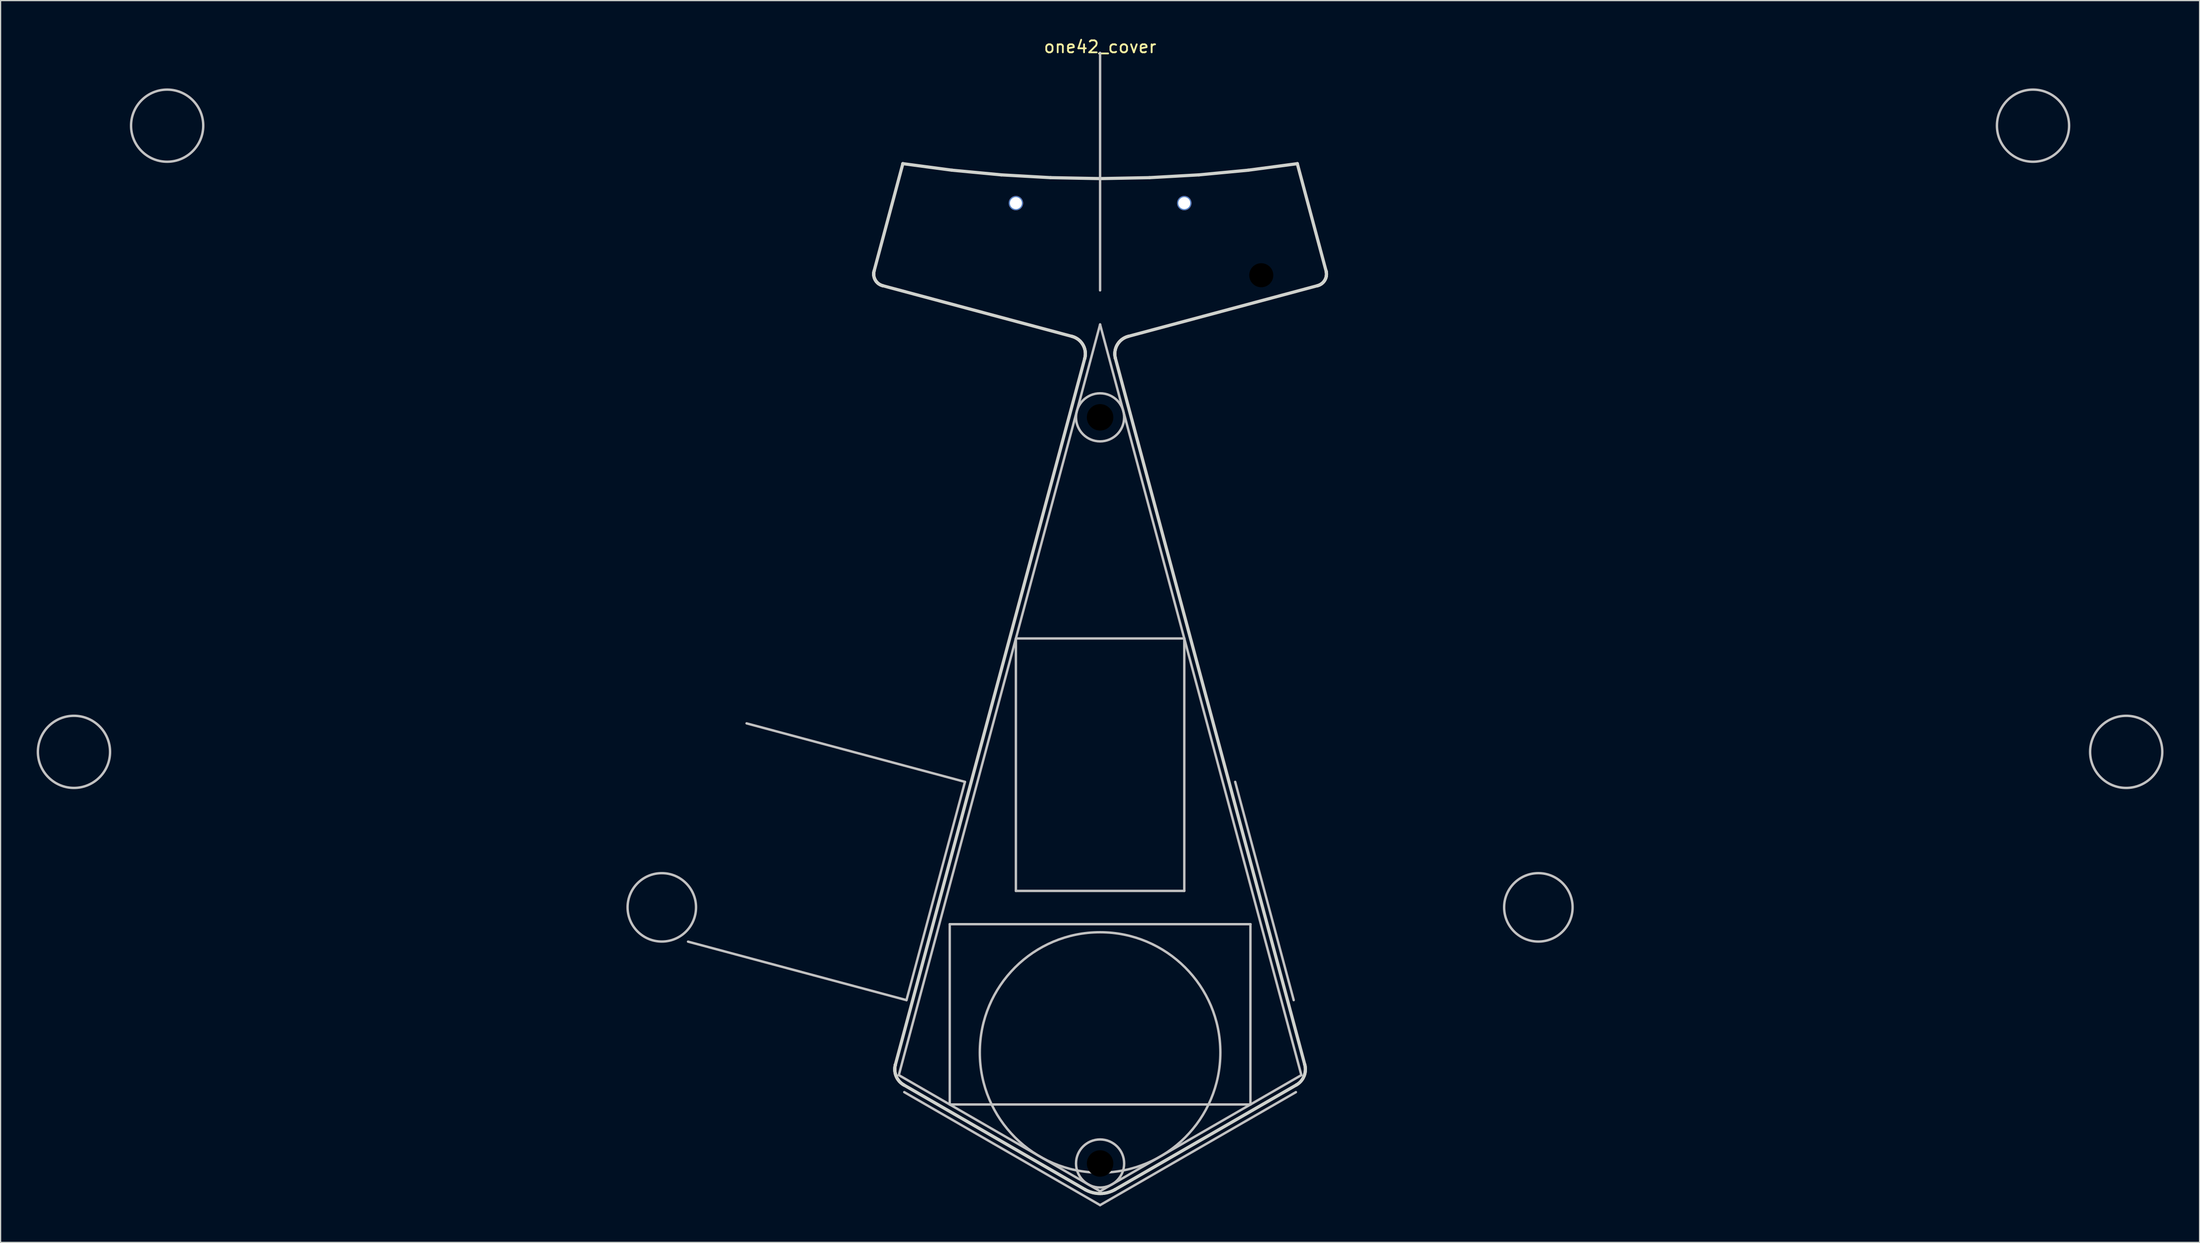
<source format=kicad_pcb>
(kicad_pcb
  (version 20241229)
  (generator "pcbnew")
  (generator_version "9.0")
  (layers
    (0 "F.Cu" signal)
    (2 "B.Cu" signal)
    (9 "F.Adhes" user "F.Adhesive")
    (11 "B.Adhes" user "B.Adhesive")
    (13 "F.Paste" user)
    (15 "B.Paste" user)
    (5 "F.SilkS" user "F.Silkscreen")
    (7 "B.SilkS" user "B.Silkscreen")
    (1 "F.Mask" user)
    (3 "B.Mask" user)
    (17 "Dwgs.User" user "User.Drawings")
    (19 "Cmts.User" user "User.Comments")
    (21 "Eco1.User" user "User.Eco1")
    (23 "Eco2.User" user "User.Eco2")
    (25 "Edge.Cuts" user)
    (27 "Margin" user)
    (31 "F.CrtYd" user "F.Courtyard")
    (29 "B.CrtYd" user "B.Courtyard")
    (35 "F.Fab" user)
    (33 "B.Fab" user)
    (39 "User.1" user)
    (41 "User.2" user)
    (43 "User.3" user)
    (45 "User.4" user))
  (footprint "one42_cover"
    (layer "F.Cu")
    (at 88.41 1.348)
    (property "Reference" "one42_cover" (at 0 -0.5 0) (unlocked yes) (layer "F.SilkS") (effects (font (size 1 1) (thickness 0.15))))
    (fp_line (start -34.257 73.941) (end -16.097 78.807) (stroke (width 0.2) (type solid)) (layer "Dwgs.User"))
    (fp_line (start -29.391 55.782) (end -11.232 60.648) (stroke (width 0.2) (type solid)) (layer "Dwgs.User"))
    (fp_line (start -16.734 85.045) (end 0 94.706) (stroke (width 0.2) (type solid)) (layer "Dwgs.User"))
    (fp_line (start -16.281 86.461) (end 0 95.861) (stroke (width 0.2) (type solid)) (layer "Dwgs.User"))
    (fp_line (start -16.097 78.807) (end -11.232 60.648) (stroke (width 0.2) (type solid)) (layer "Dwgs.User"))
    (fp_line (start -12.5 72.489) (end -12.5 87.489) (stroke (width 0.2) (type solid)) (layer "Dwgs.User"))
    (fp_line (start -12.5 87.489) (end 12.5 87.489) (stroke (width 0.2) (type solid)) (layer "Dwgs.User"))
    (fp_line (start -7 48.719) (end 7 48.719) (stroke (width 0.2) (type solid)) (layer "Dwgs.User"))
    (fp_line (start -7 69.719) (end -7 48.719) (stroke (width 0.2) (type solid)) (layer "Dwgs.User"))
    (fp_line (start 0 0) (end 0 19.759) (stroke (width 0.2) (type solid)) (layer "Dwgs.User"))
    (fp_line (start 0 22.595) (end -16.734 85.045) (stroke (width 0.2) (type solid)) (layer "Dwgs.User"))
    (fp_line (start 0 22.595) (end 16.734 85.045) (stroke (width 0.2) (type solid)) (layer "Dwgs.User"))
    (fp_line (start 7 48.719) (end 7 69.719) (stroke (width 0.2) (type solid)) (layer "Dwgs.User"))
    (fp_line (start 7 69.719) (end -7 69.719) (stroke (width 0.2) (type solid)) (layer "Dwgs.User"))
    (fp_line (start 12.5 72.489) (end -12.5 72.489) (stroke (width 0.2) (type solid)) (layer "Dwgs.User"))
    (fp_line (start 12.5 87.489) (end 12.5 72.489) (stroke (width 0.2) (type solid)) (layer "Dwgs.User"))
    (fp_line (start 16.097 78.807) (end 11.232 60.648) (stroke (width 0.2) (type solid)) (layer "Dwgs.User"))
    (fp_line (start 16.281 86.461) (end 0 95.861) (stroke (width 0.2) (type solid)) (layer "Dwgs.User"))
    (fp_line (start 16.734 85.045) (end 0 94.706) (stroke (width 0.2) (type solid)) (layer "Dwgs.User"))
    (fp_circle (center -85.31 58.152) (end -82.31 58.152) (stroke (width 0.2) (type solid)) (fill no) (layer "Dwgs.User"))
    (fp_circle (center -77.563 6.057) (end -74.563 6.057) (stroke (width 0.2) (type solid)) (fill no) (layer "Dwgs.User"))
    (fp_circle (center -36.438 71.088) (end -33.593 71.088) (stroke (width 0.2) (type solid)) (fill no) (layer "Dwgs.User"))
    (fp_circle (center 0 30.322) (end 2 30.322) (stroke (width 0.2) (type solid)) (fill no) (layer "Dwgs.User"))
    (fp_circle (center 0 83.159) (end 10 83.159) (stroke (width 0.2) (type solid)) (fill no) (layer "Dwgs.User"))
    (fp_circle (center 0 92.397) (end 2 92.397) (stroke (width 0.2) (type solid)) (fill no) (layer "Dwgs.User"))
    (fp_circle (center 36.438 71.088) (end 39.284 71.088) (stroke (width 0.2) (type solid)) (fill no) (layer "Dwgs.User"))
    (fp_circle (center 77.563 6.057) (end 80.563 6.057) (stroke (width 0.2) (type solid)) (fill no) (layer "Dwgs.User"))
    (fp_circle (center 85.31 58.152) (end 88.31 58.152) (stroke (width 0.2) (type solid)) (fill no) (layer "Dwgs.User"))
    (fp_line (start -18.822 18.393) (end -18.821 18.344) (stroke (width 0.265) (type solid)) (layer "Edge.Cuts"))
    (fp_line (start -18.822 18.443) (end -18.822 18.393) (stroke (width 0.265) (type solid)) (layer "Edge.Cuts"))
    (fp_line (start -18.821 18.344) (end -18.816 18.294) (stroke (width 0.265) (type solid)) (layer "Edge.Cuts"))
    (fp_line (start -18.819 18.492) (end -18.822 18.443) (stroke (width 0.265) (type solid)) (layer "Edge.Cuts"))
    (fp_line (start -18.816 18.294) (end -18.81 18.244) (stroke (width 0.265) (type solid)) (layer "Edge.Cuts"))
    (fp_line (start -18.813 18.54) (end -18.819 18.492) (stroke (width 0.265) (type solid)) (layer "Edge.Cuts"))
    (fp_line (start -18.81 18.244) (end -18.8 18.194) (stroke (width 0.265) (type solid)) (layer "Edge.Cuts"))
    (fp_line (start -18.805 18.588) (end -18.813 18.54) (stroke (width 0.265) (type solid)) (layer "Edge.Cuts"))
    (fp_line (start -18.8 18.194) (end -18.788 18.144) (stroke (width 0.265) (type solid)) (layer "Edge.Cuts"))
    (fp_line (start -18.795 18.635) (end -18.805 18.588) (stroke (width 0.265) (type solid)) (layer "Edge.Cuts"))
    (fp_line (start -18.788 18.144) (end -18.788 18.144) (stroke (width 0.265) (type solid)) (layer "Edge.Cuts"))
    (fp_line (start -18.788 18.144) (end -16.397 9.218) (stroke (width 0.265) (type solid)) (layer "Edge.Cuts"))
    (fp_line (start -18.783 18.682) (end -18.795 18.635) (stroke (width 0.265) (type solid)) (layer "Edge.Cuts"))
    (fp_line (start -18.768 18.728) (end -18.783 18.682) (stroke (width 0.265) (type solid)) (layer "Edge.Cuts"))
    (fp_line (start -18.751 18.773) (end -18.768 18.728) (stroke (width 0.265) (type solid)) (layer "Edge.Cuts"))
    (fp_line (start -18.732 18.817) (end -18.751 18.773) (stroke (width 0.265) (type solid)) (layer "Edge.Cuts"))
    (fp_line (start -18.711 18.86) (end -18.732 18.817) (stroke (width 0.265) (type solid)) (layer "Edge.Cuts"))
    (fp_line (start -18.688 18.903) (end -18.711 18.86) (stroke (width 0.265) (type solid)) (layer "Edge.Cuts"))
    (fp_line (start -18.663 18.944) (end -18.688 18.903) (stroke (width 0.265) (type solid)) (layer "Edge.Cuts"))
    (fp_line (start -18.636 18.983) (end -18.663 18.944) (stroke (width 0.265) (type solid)) (layer "Edge.Cuts"))
    (fp_line (start -18.608 19.022) (end -18.636 18.983) (stroke (width 0.265) (type solid)) (layer "Edge.Cuts"))
    (fp_line (start -18.577 19.059) (end -18.608 19.022) (stroke (width 0.265) (type solid)) (layer "Edge.Cuts"))
    (fp_line (start -18.544 19.094) (end -18.577 19.059) (stroke (width 0.265) (type solid)) (layer "Edge.Cuts"))
    (fp_line (start -18.51 19.129) (end -18.544 19.094) (stroke (width 0.265) (type solid)) (layer "Edge.Cuts"))
    (fp_line (start -18.474 19.161) (end -18.51 19.129) (stroke (width 0.265) (type solid)) (layer "Edge.Cuts"))
    (fp_line (start -18.437 19.192) (end -18.474 19.161) (stroke (width 0.265) (type solid)) (layer "Edge.Cuts"))
    (fp_line (start -18.398 19.221) (end -18.437 19.192) (stroke (width 0.265) (type solid)) (layer "Edge.Cuts"))
    (fp_line (start -18.357 19.248) (end -18.398 19.221) (stroke (width 0.265) (type solid)) (layer "Edge.Cuts"))
    (fp_line (start -18.314 19.273) (end -18.357 19.248) (stroke (width 0.265) (type solid)) (layer "Edge.Cuts"))
    (fp_line (start -18.271 19.297) (end -18.314 19.273) (stroke (width 0.265) (type solid)) (layer "Edge.Cuts"))
    (fp_line (start -18.225 19.318) (end -18.271 19.297) (stroke (width 0.265) (type solid)) (layer "Edge.Cuts"))
    (fp_line (start -18.179 19.337) (end -18.225 19.318) (stroke (width 0.265) (type solid)) (layer "Edge.Cuts"))
    (fp_line (start -18.13 19.354) (end -18.179 19.337) (stroke (width 0.265) (type solid)) (layer "Edge.Cuts"))
    (fp_line (start -18.081 19.368) (end -18.13 19.354) (stroke (width 0.265) (type solid)) (layer "Edge.Cuts"))
    (fp_line (start -18.081 19.368) (end -18.081 19.368) (stroke (width 0.265) (type solid)) (layer "Edge.Cuts"))
    (fp_line (start -17.069 84.545) (end -17.067 84.483) (stroke (width 0.265) (type solid)) (layer "Edge.Cuts"))
    (fp_line (start -17.069 84.606) (end -17.069 84.545) (stroke (width 0.265) (type solid)) (layer "Edge.Cuts"))
    (fp_line (start -17.067 84.483) (end -17.062 84.421) (stroke (width 0.265) (type solid)) (layer "Edge.Cuts"))
    (fp_line (start -17.066 84.667) (end -17.069 84.606) (stroke (width 0.265) (type solid)) (layer "Edge.Cuts"))
    (fp_line (start -17.062 84.421) (end -17.055 84.36) (stroke (width 0.265) (type solid)) (layer "Edge.Cuts"))
    (fp_line (start -17.06 84.728) (end -17.066 84.667) (stroke (width 0.265) (type solid)) (layer "Edge.Cuts"))
    (fp_line (start -17.055 84.36) (end -17.045 84.298) (stroke (width 0.265) (type solid)) (layer "Edge.Cuts"))
    (fp_line (start -17.052 84.788) (end -17.06 84.728) (stroke (width 0.265) (type solid)) (layer "Edge.Cuts"))
    (fp_line (start -17.045 84.298) (end -17.033 84.236) (stroke (width 0.265) (type solid)) (layer "Edge.Cuts"))
    (fp_line (start -17.042 84.848) (end -17.052 84.788) (stroke (width 0.265) (type solid)) (layer "Edge.Cuts"))
    (fp_line (start -17.033 84.236) (end -17.018 84.175) (stroke (width 0.265) (type solid)) (layer "Edge.Cuts"))
    (fp_line (start -17.029 84.907) (end -17.042 84.848) (stroke (width 0.265) (type solid)) (layer "Edge.Cuts"))
    (fp_line (start -17.018 84.175) (end -1.276 25.424) (stroke (width 0.265) (type solid)) (layer "Edge.Cuts"))
    (fp_line (start -17.018 84.175) (end -17.018 84.175) (stroke (width 0.265) (type solid)) (layer "Edge.Cuts"))
    (fp_line (start -17.018 84.175) (end -17.018 84.175) (stroke (width 0.265) (type solid)) (layer "Edge.Cuts"))
    (fp_line (start -17.014 84.966) (end -17.029 84.907) (stroke (width 0.265) (type solid)) (layer "Edge.Cuts"))
    (fp_line (start -16.997 85.024) (end -17.014 84.966) (stroke (width 0.265) (type solid)) (layer "Edge.Cuts"))
    (fp_line (start -16.977 85.081) (end -16.997 85.024) (stroke (width 0.265) (type solid)) (layer "Edge.Cuts"))
    (fp_line (start -16.955 85.137) (end -16.977 85.081) (stroke (width 0.265) (type solid)) (layer "Edge.Cuts"))
    (fp_line (start -16.931 85.192) (end -16.955 85.137) (stroke (width 0.265) (type solid)) (layer "Edge.Cuts"))
    (fp_line (start -16.904 85.246) (end -16.931 85.192) (stroke (width 0.265) (type solid)) (layer "Edge.Cuts"))
    (fp_line (start -16.876 85.3) (end -16.904 85.246) (stroke (width 0.265) (type solid)) (layer "Edge.Cuts"))
    (fp_line (start -16.845 85.352) (end -16.876 85.3) (stroke (width 0.265) (type solid)) (layer "Edge.Cuts"))
    (fp_line (start -16.812 85.403) (end -16.845 85.352) (stroke (width 0.265) (type solid)) (layer "Edge.Cuts"))
    (fp_line (start -16.777 85.452) (end -16.812 85.403) (stroke (width 0.265) (type solid)) (layer "Edge.Cuts"))
    (fp_line (start -16.74 85.5) (end -16.777 85.452) (stroke (width 0.265) (type solid)) (layer "Edge.Cuts"))
    (fp_line (start -16.701 85.547) (end -16.74 85.5) (stroke (width 0.265) (type solid)) (layer "Edge.Cuts"))
    (fp_line (start -16.66 85.593) (end -16.701 85.547) (stroke (width 0.265) (type solid)) (layer "Edge.Cuts"))
    (fp_line (start -16.617 85.636) (end -16.66 85.593) (stroke (width 0.265) (type solid)) (layer "Edge.Cuts"))
    (fp_line (start -16.572 85.678) (end -16.617 85.636) (stroke (width 0.265) (type solid)) (layer "Edge.Cuts"))
    (fp_line (start -16.525 85.719) (end -16.572 85.678) (stroke (width 0.265) (type solid)) (layer "Edge.Cuts"))
    (fp_line (start -16.476 85.757) (end -16.525 85.719) (stroke (width 0.265) (type solid)) (layer "Edge.Cuts"))
    (fp_line (start -16.426 85.794) (end -16.476 85.757) (stroke (width 0.265) (type solid)) (layer "Edge.Cuts"))
    (fp_line (start -16.397 9.218) (end -16.397 9.218) (stroke (width 0.265) (type solid)) (layer "Edge.Cuts"))
    (fp_line (start -16.397 9.218) (end -12.313 9.761) (stroke (width 0.265) (type solid)) (layer "Edge.Cuts"))
    (fp_line (start -16.373 85.829) (end -16.426 85.794) (stroke (width 0.265) (type solid)) (layer "Edge.Cuts"))
    (fp_line (start -16.319 85.862) (end -16.373 85.829) (stroke (width 0.265) (type solid)) (layer "Edge.Cuts"))
    (fp_line (start -16.319 85.862) (end -16.319 85.862) (stroke (width 0.265) (type solid)) (layer "Edge.Cuts"))
    (fp_line (start -12.313 9.761) (end -8.216 10.149) (stroke (width 0.265) (type solid)) (layer "Edge.Cuts"))
    (fp_line (start -8.216 10.149) (end -4.11 10.382) (stroke (width 0.265) (type solid)) (layer "Edge.Cuts"))
    (fp_line (start -4.11 10.382) (end 0 10.46) (stroke (width 0.265) (type solid)) (layer "Edge.Cuts"))
    (fp_line (start -2.337 23.587) (end -18.081 19.368) (stroke (width 0.265) (type solid)) (layer "Edge.Cuts"))
    (fp_line (start -2.337 23.587) (end -2.337 23.587) (stroke (width 0.265) (type solid)) (layer "Edge.Cuts"))
    (fp_line (start -2.262 23.609) (end -2.337 23.587) (stroke (width 0.265) (type solid)) (layer "Edge.Cuts"))
    (fp_line (start -2.19 23.634) (end -2.262 23.609) (stroke (width 0.265) (type solid)) (layer "Edge.Cuts"))
    (fp_line (start -2.12 23.663) (end -2.19 23.634) (stroke (width 0.265) (type solid)) (layer "Edge.Cuts"))
    (fp_line (start -2.052 23.695) (end -2.12 23.663) (stroke (width 0.265) (type solid)) (layer "Edge.Cuts"))
    (fp_line (start -1.987 23.73) (end -2.052 23.695) (stroke (width 0.265) (type solid)) (layer "Edge.Cuts"))
    (fp_line (start -1.923 23.768) (end -1.987 23.73) (stroke (width 0.265) (type solid)) (layer "Edge.Cuts"))
    (fp_line (start -1.862 23.809) (end -1.923 23.768) (stroke (width 0.265) (type solid)) (layer "Edge.Cuts"))
    (fp_line (start -1.803 23.852) (end -1.862 23.809) (stroke (width 0.265) (type solid)) (layer "Edge.Cuts"))
    (fp_line (start -1.747 23.898) (end -1.803 23.852) (stroke (width 0.265) (type solid)) (layer "Edge.Cuts"))
    (fp_line (start -1.693 23.947) (end -1.747 23.898) (stroke (width 0.265) (type solid)) (layer "Edge.Cuts"))
    (fp_line (start -1.641 23.998) (end -1.693 23.947) (stroke (width 0.265) (type solid)) (layer "Edge.Cuts"))
    (fp_line (start -1.593 24.052) (end -1.641 23.998) (stroke (width 0.265) (type solid)) (layer "Edge.Cuts"))
    (fp_line (start -1.547 24.107) (end -1.593 24.052) (stroke (width 0.265) (type solid)) (layer "Edge.Cuts"))
    (fp_line (start -1.504 24.165) (end -1.547 24.107) (stroke (width 0.265) (type solid)) (layer "Edge.Cuts"))
    (fp_line (start -1.463 24.225) (end -1.504 24.165) (stroke (width 0.265) (type solid)) (layer "Edge.Cuts"))
    (fp_line (start -1.426 24.286) (end -1.463 24.225) (stroke (width 0.265) (type solid)) (layer "Edge.Cuts"))
    (fp_line (start -1.391 24.349) (end -1.426 24.286) (stroke (width 0.265) (type solid)) (layer "Edge.Cuts"))
    (fp_line (start -1.36 24.414) (end -1.391 24.349) (stroke (width 0.265) (type solid)) (layer "Edge.Cuts"))
    (fp_line (start -1.331 24.48) (end -1.36 24.414) (stroke (width 0.265) (type solid)) (layer "Edge.Cuts"))
    (fp_line (start -1.306 24.548) (end -1.331 24.48) (stroke (width 0.265) (type solid)) (layer "Edge.Cuts"))
    (fp_line (start -1.284 24.617) (end -1.306 24.548) (stroke (width 0.265) (type solid)) (layer "Edge.Cuts"))
    (fp_line (start -1.276 25.424) (end -1.276 25.424) (stroke (width 0.265) (type solid)) (layer "Edge.Cuts"))
    (fp_line (start -1.276 25.424) (end -1.258 25.349) (stroke (width 0.265) (type solid)) (layer "Edge.Cuts"))
    (fp_line (start -1.266 24.687) (end -1.284 24.617) (stroke (width 0.265) (type solid)) (layer "Edge.Cuts"))
    (fp_line (start -1.258 25.349) (end -1.244 25.274) (stroke (width 0.265) (type solid)) (layer "Edge.Cuts"))
    (fp_line (start -1.25 24.758) (end -1.266 24.687) (stroke (width 0.265) (type solid)) (layer "Edge.Cuts"))
    (fp_line (start -1.25 94.562) (end -16.319 85.862) (stroke (width 0.265) (type solid)) (layer "Edge.Cuts"))
    (fp_line (start -1.25 94.562) (end -1.25 94.562) (stroke (width 0.265) (type solid)) (layer "Edge.Cuts"))
    (fp_line (start -1.244 25.274) (end -1.233 25.199) (stroke (width 0.265) (type solid)) (layer "Edge.Cuts"))
    (fp_line (start -1.239 24.83) (end -1.25 24.758) (stroke (width 0.265) (type solid)) (layer "Edge.Cuts"))
    (fp_line (start -1.233 25.199) (end -1.227 25.124) (stroke (width 0.265) (type solid)) (layer "Edge.Cuts"))
    (fp_line (start -1.23 24.903) (end -1.239 24.83) (stroke (width 0.265) (type solid)) (layer "Edge.Cuts"))
    (fp_line (start -1.227 25.124) (end -1.224 25.05) (stroke (width 0.265) (type solid)) (layer "Edge.Cuts"))
    (fp_line (start -1.226 24.976) (end -1.23 24.903) (stroke (width 0.265) (type solid)) (layer "Edge.Cuts"))
    (fp_line (start -1.224 25.05) (end -1.226 24.976) (stroke (width 0.265) (type solid)) (layer "Edge.Cuts"))
    (fp_line (start -1.103 94.64) (end -1.25 94.562) (stroke (width 0.265) (type solid)) (layer "Edge.Cuts"))
    (fp_line (start -0.952 94.708) (end -1.103 94.64) (stroke (width 0.265) (type solid)) (layer "Edge.Cuts"))
    (fp_line (start -0.798 94.766) (end -0.952 94.708) (stroke (width 0.265) (type solid)) (layer "Edge.Cuts"))
    (fp_line (start -0.642 94.813) (end -0.798 94.766) (stroke (width 0.265) (type solid)) (layer "Edge.Cuts"))
    (fp_line (start -0.483 94.85) (end -0.642 94.813) (stroke (width 0.265) (type solid)) (layer "Edge.Cuts"))
    (fp_line (start -0.323 94.876) (end -0.483 94.85) (stroke (width 0.265) (type solid)) (layer "Edge.Cuts"))
    (fp_line (start -0.162 94.892) (end -0.323 94.876) (stroke (width 0.265) (type solid)) (layer "Edge.Cuts"))
    (fp_line (start 0 10.46) (end 4.11 10.382) (stroke (width 0.265) (type solid)) (layer "Edge.Cuts"))
    (fp_line (start 0.000011 94.897) (end -0.162 94.892) (stroke (width 0.265) (type solid)) (layer "Edge.Cuts"))
    (fp_line (start 0.162 94.892) (end 0.000011 94.897) (stroke (width 0.265) (type solid)) (layer "Edge.Cuts"))
    (fp_line (start 0.323 94.876) (end 0.162 94.892) (stroke (width 0.265) (type solid)) (layer "Edge.Cuts"))
    (fp_line (start 0.483 94.85) (end 0.323 94.876) (stroke (width 0.265) (type solid)) (layer "Edge.Cuts"))
    (fp_line (start 0.642 94.813) (end 0.483 94.85) (stroke (width 0.265) (type solid)) (layer "Edge.Cuts"))
    (fp_line (start 0.798 94.766) (end 0.642 94.813) (stroke (width 0.265) (type solid)) (layer "Edge.Cuts"))
    (fp_line (start 0.952 94.708) (end 0.798 94.766) (stroke (width 0.265) (type solid)) (layer "Edge.Cuts"))
    (fp_line (start 1.103 94.64) (end 0.952 94.708) (stroke (width 0.265) (type solid)) (layer "Edge.Cuts"))
    (fp_line (start 1.224 25.05) (end 1.227 25.124) (stroke (width 0.265) (type solid)) (layer "Edge.Cuts"))
    (fp_line (start 1.226 24.976) (end 1.224 25.05) (stroke (width 0.265) (type solid)) (layer "Edge.Cuts"))
    (fp_line (start 1.227 25.124) (end 1.233 25.199) (stroke (width 0.265) (type solid)) (layer "Edge.Cuts"))
    (fp_line (start 1.23 24.903) (end 1.226 24.976) (stroke (width 0.265) (type solid)) (layer "Edge.Cuts"))
    (fp_line (start 1.233 25.199) (end 1.244 25.274) (stroke (width 0.265) (type solid)) (layer "Edge.Cuts"))
    (fp_line (start 1.239 24.83) (end 1.23 24.903) (stroke (width 0.265) (type solid)) (layer "Edge.Cuts"))
    (fp_line (start 1.244 25.274) (end 1.258 25.349) (stroke (width 0.265) (type solid)) (layer "Edge.Cuts"))
    (fp_line (start 1.25 94.562) (end 1.103 94.64) (stroke (width 0.265) (type solid)) (layer "Edge.Cuts"))
    (fp_line (start 1.25 94.562) (end 1.25 94.562) (stroke (width 0.265) (type solid)) (layer "Edge.Cuts"))
    (fp_line (start 1.25 24.758) (end 1.239 24.83) (stroke (width 0.265) (type solid)) (layer "Edge.Cuts"))
    (fp_line (start 1.258 25.349) (end 1.276 25.424) (stroke (width 0.265) (type solid)) (layer "Edge.Cuts"))
    (fp_line (start 1.266 24.687) (end 1.25 24.758) (stroke (width 0.265) (type solid)) (layer "Edge.Cuts"))
    (fp_line (start 1.276 25.424) (end 1.276 25.424) (stroke (width 0.265) (type solid)) (layer "Edge.Cuts"))
    (fp_line (start 1.276 25.424) (end 17.018 84.175) (stroke (width 0.265) (type solid)) (layer "Edge.Cuts"))
    (fp_line (start 1.284 24.617) (end 1.266 24.687) (stroke (width 0.265) (type solid)) (layer "Edge.Cuts"))
    (fp_line (start 1.306 24.548) (end 1.284 24.617) (stroke (width 0.265) (type solid)) (layer "Edge.Cuts"))
    (fp_line (start 1.331 24.48) (end 1.306 24.548) (stroke (width 0.265) (type solid)) (layer "Edge.Cuts"))
    (fp_line (start 1.36 24.414) (end 1.331 24.48) (stroke (width 0.265) (type solid)) (layer "Edge.Cuts"))
    (fp_line (start 1.391 24.349) (end 1.36 24.414) (stroke (width 0.265) (type solid)) (layer "Edge.Cuts"))
    (fp_line (start 1.426 24.286) (end 1.391 24.349) (stroke (width 0.265) (type solid)) (layer "Edge.Cuts"))
    (fp_line (start 1.463 24.225) (end 1.426 24.286) (stroke (width 0.265) (type solid)) (layer "Edge.Cuts"))
    (fp_line (start 1.504 24.165) (end 1.463 24.225) (stroke (width 0.265) (type solid)) (layer "Edge.Cuts"))
    (fp_line (start 1.547 24.107) (end 1.504 24.165) (stroke (width 0.265) (type solid)) (layer "Edge.Cuts"))
    (fp_line (start 1.593 24.052) (end 1.547 24.107) (stroke (width 0.265) (type solid)) (layer "Edge.Cuts"))
    (fp_line (start 1.641 23.998) (end 1.593 24.052) (stroke (width 0.265) (type solid)) (layer "Edge.Cuts"))
    (fp_line (start 1.693 23.947) (end 1.641 23.998) (stroke (width 0.265) (type solid)) (layer "Edge.Cuts"))
    (fp_line (start 1.747 23.898) (end 1.693 23.947) (stroke (width 0.265) (type solid)) (layer "Edge.Cuts"))
    (fp_line (start 1.803 23.852) (end 1.747 23.898) (stroke (width 0.265) (type solid)) (layer "Edge.Cuts"))
    (fp_line (start 1.862 23.809) (end 1.803 23.852) (stroke (width 0.265) (type solid)) (layer "Edge.Cuts"))
    (fp_line (start 1.923 23.768) (end 1.862 23.809) (stroke (width 0.265) (type solid)) (layer "Edge.Cuts"))
    (fp_line (start 1.987 23.73) (end 1.923 23.768) (stroke (width 0.265) (type solid)) (layer "Edge.Cuts"))
    (fp_line (start 2.052 23.695) (end 1.987 23.73) (stroke (width 0.265) (type solid)) (layer "Edge.Cuts"))
    (fp_line (start 2.12 23.663) (end 2.052 23.695) (stroke (width 0.265) (type solid)) (layer "Edge.Cuts"))
    (fp_line (start 2.19 23.634) (end 2.12 23.663) (stroke (width 0.265) (type solid)) (layer "Edge.Cuts"))
    (fp_line (start 2.262 23.609) (end 2.19 23.634) (stroke (width 0.265) (type solid)) (layer "Edge.Cuts"))
    (fp_line (start 2.337 23.587) (end 2.262 23.609) (stroke (width 0.265) (type solid)) (layer "Edge.Cuts"))
    (fp_line (start 2.337 23.587) (end 2.337 23.587) (stroke (width 0.265) (type solid)) (layer "Edge.Cuts"))
    (fp_line (start 4.11 10.382) (end 8.216 10.149) (stroke (width 0.265) (type solid)) (layer "Edge.Cuts"))
    (fp_line (start 8.216 10.149) (end 12.313 9.761) (stroke (width 0.265) (type solid)) (layer "Edge.Cuts"))
    (fp_line (start 12.313 9.761) (end 16.397 9.218) (stroke (width 0.265) (type solid)) (layer "Edge.Cuts"))
    (fp_line (start 16.319 85.862) (end 1.25 94.562) (stroke (width 0.265) (type solid)) (layer "Edge.Cuts"))
    (fp_line (start 16.319 85.862) (end 16.319 85.862) (stroke (width 0.265) (type solid)) (layer "Edge.Cuts"))
    (fp_line (start 16.397 9.218) (end 16.397 9.218) (stroke (width 0.265) (type solid)) (layer "Edge.Cuts"))
    (fp_line (start 16.397 9.218) (end 18.788 18.144) (stroke (width 0.265) (type solid)) (layer "Edge.Cuts"))
    (fp_line (start 16.426 85.794) (end 16.319 85.862) (stroke (width 0.265) (type solid)) (layer "Edge.Cuts"))
    (fp_line (start 16.525 85.719) (end 16.426 85.794) (stroke (width 0.265) (type solid)) (layer "Edge.Cuts"))
    (fp_line (start 16.617 85.636) (end 16.525 85.719) (stroke (width 0.265) (type solid)) (layer "Edge.Cuts"))
    (fp_line (start 16.701 85.547) (end 16.617 85.636) (stroke (width 0.265) (type solid)) (layer "Edge.Cuts"))
    (fp_line (start 16.777 85.452) (end 16.701 85.547) (stroke (width 0.265) (type solid)) (layer "Edge.Cuts"))
    (fp_line (start 16.845 85.352) (end 16.777 85.452) (stroke (width 0.265) (type solid)) (layer "Edge.Cuts"))
    (fp_line (start 16.904 85.246) (end 16.845 85.352) (stroke (width 0.265) (type solid)) (layer "Edge.Cuts"))
    (fp_line (start 16.955 85.137) (end 16.904 85.246) (stroke (width 0.265) (type solid)) (layer "Edge.Cuts"))
    (fp_line (start 16.997 85.024) (end 16.955 85.137) (stroke (width 0.265) (type solid)) (layer "Edge.Cuts"))
    (fp_line (start 17.018 84.175) (end 17.018 84.175) (stroke (width 0.265) (type solid)) (layer "Edge.Cuts"))
    (fp_line (start 17.018 84.175) (end 17.046 84.298) (stroke (width 0.265) (type solid)) (layer "Edge.Cuts"))
    (fp_line (start 17.029 84.907) (end 16.997 85.024) (stroke (width 0.265) (type solid)) (layer "Edge.Cuts"))
    (fp_line (start 17.046 84.298) (end 17.062 84.421) (stroke (width 0.265) (type solid)) (layer "Edge.Cuts"))
    (fp_line (start 17.052 84.788) (end 17.029 84.907) (stroke (width 0.265) (type solid)) (layer "Edge.Cuts"))
    (fp_line (start 17.062 84.421) (end 17.069 84.545) (stroke (width 0.265) (type solid)) (layer "Edge.Cuts"))
    (fp_line (start 17.066 84.667) (end 17.052 84.788) (stroke (width 0.265) (type solid)) (layer "Edge.Cuts"))
    (fp_line (start 17.069 84.545) (end 17.066 84.667) (stroke (width 0.265) (type solid)) (layer "Edge.Cuts"))
    (fp_line (start 18.081 19.368) (end 2.337 23.587) (stroke (width 0.265) (type solid)) (layer "Edge.Cuts"))
    (fp_line (start 18.081 19.368) (end 18.081 19.368) (stroke (width 0.265) (type solid)) (layer "Edge.Cuts"))
    (fp_line (start 18.13 19.354) (end 18.081 19.368) (stroke (width 0.265) (type solid)) (layer "Edge.Cuts"))
    (fp_line (start 18.179 19.337) (end 18.13 19.354) (stroke (width 0.265) (type solid)) (layer "Edge.Cuts"))
    (fp_line (start 18.225 19.318) (end 18.179 19.337) (stroke (width 0.265) (type solid)) (layer "Edge.Cuts"))
    (fp_line (start 18.271 19.297) (end 18.225 19.318) (stroke (width 0.265) (type solid)) (layer "Edge.Cuts"))
    (fp_line (start 18.314 19.273) (end 18.271 19.297) (stroke (width 0.265) (type solid)) (layer "Edge.Cuts"))
    (fp_line (start 18.357 19.248) (end 18.314 19.273) (stroke (width 0.265) (type solid)) (layer "Edge.Cuts"))
    (fp_line (start 18.398 19.221) (end 18.357 19.248) (stroke (width 0.265) (type solid)) (layer "Edge.Cuts"))
    (fp_line (start 18.437 19.192) (end 18.398 19.221) (stroke (width 0.265) (type solid)) (layer "Edge.Cuts"))
    (fp_line (start 18.474 19.161) (end 18.437 19.192) (stroke (width 0.265) (type solid)) (layer "Edge.Cuts"))
    (fp_line (start 18.51 19.129) (end 18.474 19.161) (stroke (width 0.265) (type solid)) (layer "Edge.Cuts"))
    (fp_line (start 18.545 19.094) (end 18.51 19.129) (stroke (width 0.265) (type solid)) (layer "Edge.Cuts"))
    (fp_line (start 18.577 19.059) (end 18.545 19.094) (stroke (width 0.265) (type solid)) (layer "Edge.Cuts"))
    (fp_line (start 18.608 19.022) (end 18.577 19.059) (stroke (width 0.265) (type solid)) (layer "Edge.Cuts"))
    (fp_line (start 18.636 18.983) (end 18.608 19.022) (stroke (width 0.265) (type solid)) (layer "Edge.Cuts"))
    (fp_line (start 18.663 18.944) (end 18.636 18.983) (stroke (width 0.265) (type solid)) (layer "Edge.Cuts"))
    (fp_line (start 18.688 18.903) (end 18.663 18.944) (stroke (width 0.265) (type solid)) (layer "Edge.Cuts"))
    (fp_line (start 18.711 18.86) (end 18.688 18.903) (stroke (width 0.265) (type solid)) (layer "Edge.Cuts"))
    (fp_line (start 18.732 18.817) (end 18.711 18.86) (stroke (width 0.265) (type solid)) (layer "Edge.Cuts"))
    (fp_line (start 18.751 18.773) (end 18.732 18.817) (stroke (width 0.265) (type solid)) (layer "Edge.Cuts"))
    (fp_line (start 18.768 18.728) (end 18.751 18.773) (stroke (width 0.265) (type solid)) (layer "Edge.Cuts"))
    (fp_line (start 18.783 18.682) (end 18.768 18.728) (stroke (width 0.265) (type solid)) (layer "Edge.Cuts"))
    (fp_line (start 18.788 18.144) (end 18.788 18.144) (stroke (width 0.265) (type solid)) (layer "Edge.Cuts"))
    (fp_line (start 18.788 18.144) (end 18.8 18.194) (stroke (width 0.265) (type solid)) (layer "Edge.Cuts"))
    (fp_line (start 18.795 18.635) (end 18.783 18.682) (stroke (width 0.265) (type solid)) (layer "Edge.Cuts"))
    (fp_line (start 18.8 18.194) (end 18.81 18.244) (stroke (width 0.265) (type solid)) (layer "Edge.Cuts"))
    (fp_line (start 18.805 18.588) (end 18.795 18.635) (stroke (width 0.265) (type solid)) (layer "Edge.Cuts"))
    (fp_line (start 18.81 18.244) (end 18.817 18.294) (stroke (width 0.265) (type solid)) (layer "Edge.Cuts"))
    (fp_line (start 18.813 18.54) (end 18.805 18.588) (stroke (width 0.265) (type solid)) (layer "Edge.Cuts"))
    (fp_line (start 18.817 18.294) (end 18.821 18.344) (stroke (width 0.265) (type solid)) (layer "Edge.Cuts"))
    (fp_line (start 18.819 18.492) (end 18.813 18.54) (stroke (width 0.265) (type solid)) (layer "Edge.Cuts"))
    (fp_line (start 18.821 18.344) (end 18.822 18.393) (stroke (width 0.265) (type solid)) (layer "Edge.Cuts"))
    (fp_line (start 18.822 18.443) (end 18.819 18.492) (stroke (width 0.265) (type solid)) (layer "Edge.Cuts"))
    (fp_line (start 18.822 18.393) (end 18.822 18.443) (stroke (width 0.265) (type solid)) (layer "Edge.Cuts"))
    (pad "" thru_hole circle (at -7 12.5) (size 1.2 1.2) (drill 1) (layers "*.Cu" "*.Mask"))
    (pad "" np_thru_hole circle (at 0 30.322) (size 2.2 2.2) (drill 2.2) (layers "*.Mask"))
    (pad "" np_thru_hole circle (at 0 92.397) (size 2.2 2.2) (drill 2.2) (layers "*.Mask"))
    (pad "" thru_hole circle (at 7 12.5) (size 1.2 1.2) (drill 1) (layers "*.Cu" "*.Mask"))
    (pad "" np_thru_hole circle (at 13.4 18.5) (size 2 2) (drill 2) (layers "*.Mask")))
  (gr_rect
    (start -3 -3)
    (end 179.82 100.309)
    (stroke (width 0.1) (type default))
    (fill no)
    (layer "Edge.Cuts")))
</source>
